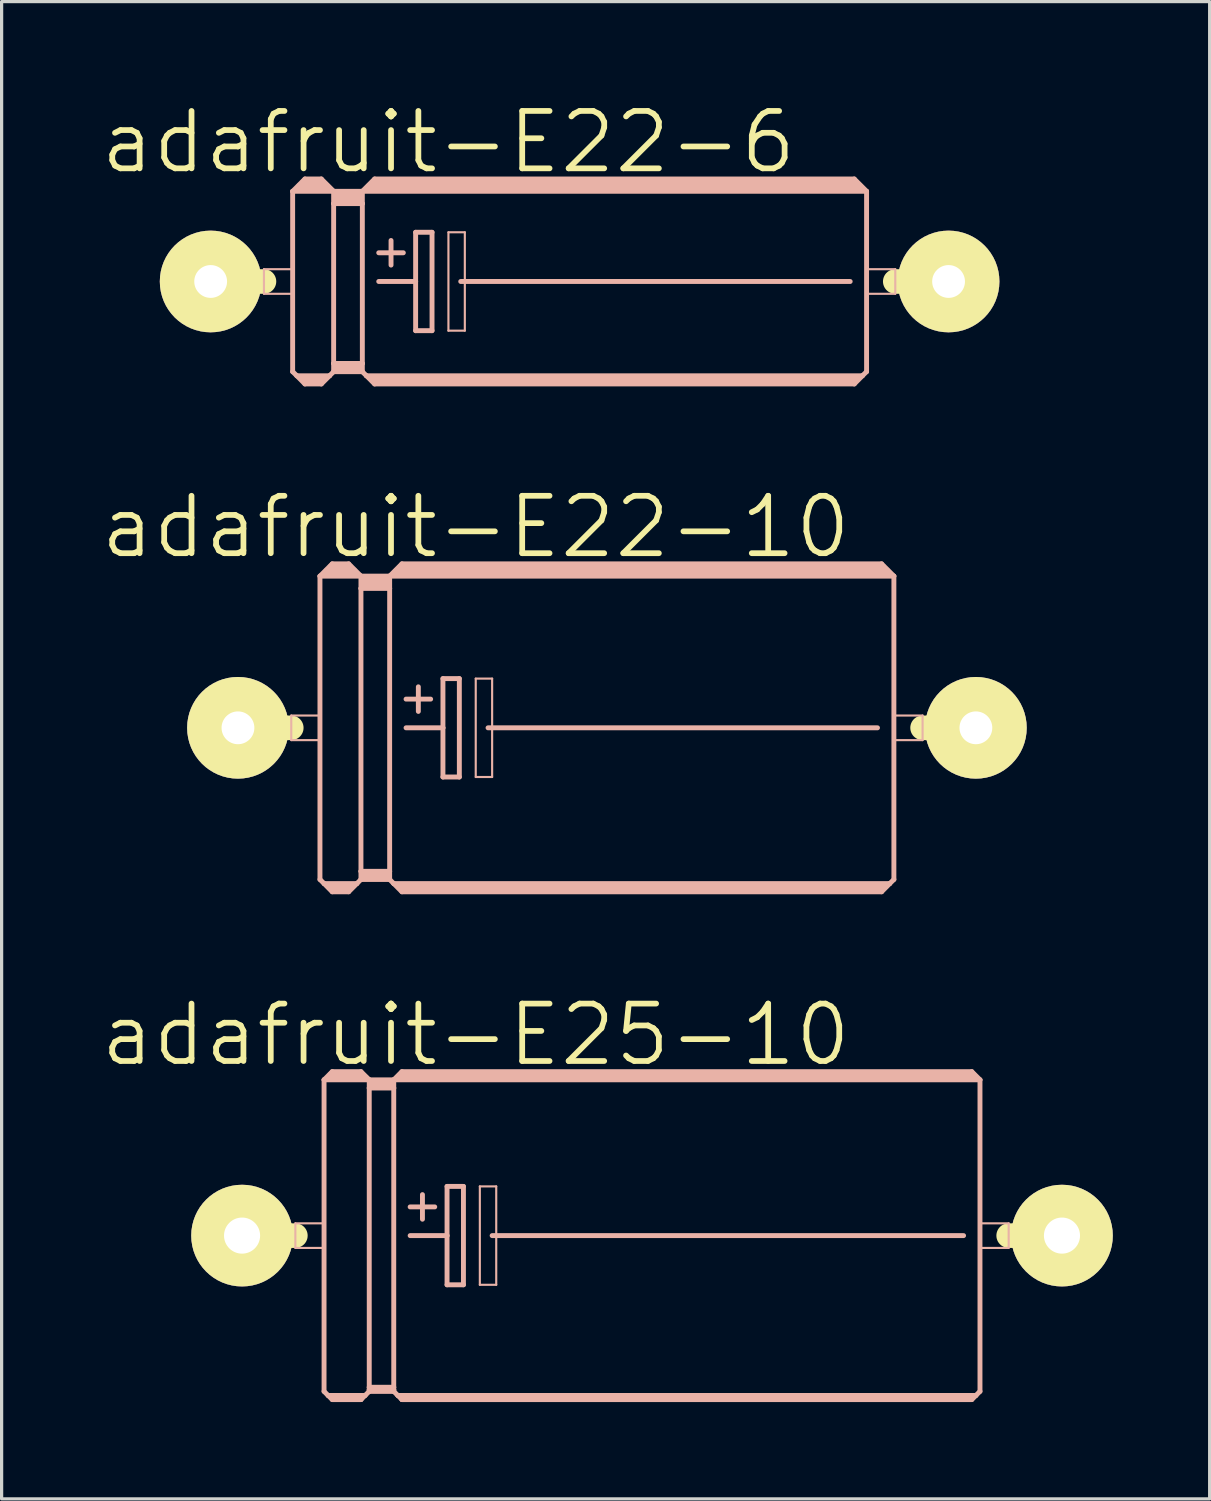
<source format=kicad_pcb>
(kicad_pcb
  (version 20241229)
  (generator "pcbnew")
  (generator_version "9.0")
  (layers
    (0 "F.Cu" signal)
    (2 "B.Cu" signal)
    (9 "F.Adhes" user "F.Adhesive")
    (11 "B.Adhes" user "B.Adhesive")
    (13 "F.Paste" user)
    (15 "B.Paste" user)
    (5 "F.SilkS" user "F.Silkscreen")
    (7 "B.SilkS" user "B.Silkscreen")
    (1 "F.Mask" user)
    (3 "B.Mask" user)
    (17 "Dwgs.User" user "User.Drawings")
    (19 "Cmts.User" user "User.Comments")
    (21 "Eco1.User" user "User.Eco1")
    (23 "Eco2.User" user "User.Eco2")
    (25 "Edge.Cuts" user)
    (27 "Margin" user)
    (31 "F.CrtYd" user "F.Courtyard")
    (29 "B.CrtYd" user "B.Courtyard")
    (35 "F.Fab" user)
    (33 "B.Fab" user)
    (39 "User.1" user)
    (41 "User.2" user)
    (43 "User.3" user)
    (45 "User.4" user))
  (footprint "adafruit-E22-6"
    (layer "F.Cu")
    (at 14.906 5.67)
    (property "Reference" "adafruit-E22-6" (at -4.064 -4.318 0) (layer "F.SilkS") (effects (font (size 1.778 1.778) (thickness 0.178))))
    (attr exclude_from_pos_files exclude_from_bom)
    (fp_line (start -11.43 0) (end -9.779 0) (stroke (width 0.762) (type solid)) (layer "F.SilkS"))
    (fp_line (start 11.43 0) (end 9.779 0) (stroke (width 0.762) (type solid)) (layer "F.SilkS"))
    (fp_line (start -9.779 -0.381) (end -8.89 -0.381) (stroke (width 0.066) (type solid)) (layer "B.SilkS"))
    (fp_line (start -9.779 0.381) (end -9.779 -0.381) (stroke (width 0.066) (type solid)) (layer "B.SilkS"))
    (fp_line (start -9.779 0.381) (end -8.89 0.381) (stroke (width 0.066) (type solid)) (layer "B.SilkS"))
    (fp_line (start -8.89 -2.794) (end -8.89 2.794) (stroke (width 0.152) (type solid)) (layer "B.SilkS"))
    (fp_line (start -8.89 -2.794) (end -8.509 -3.175) (stroke (width 0.152) (type solid)) (layer "B.SilkS"))
    (fp_line (start -8.89 -2.794) (end -7.62 -2.794) (stroke (width 0.152) (type solid)) (layer "B.SilkS"))
    (fp_line (start -8.89 0.381) (end -8.89 -0.381) (stroke (width 0.066) (type solid)) (layer "B.SilkS"))
    (fp_line (start -8.89 2.794) (end -8.76 2.921) (stroke (width 0.152) (type solid)) (layer "B.SilkS"))
    (fp_line (start -8.76 2.921) (end -8.509 3.175) (stroke (width 0.152) (type solid)) (layer "B.SilkS"))
    (fp_line (start -8.76 2.921) (end -7.747 2.921) (stroke (width 0.152) (type solid)) (layer "B.SilkS"))
    (fp_line (start -8.636 -2.921) (end -7.874 -2.921) (stroke (width 0.305) (type solid)) (layer "B.SilkS"))
    (fp_line (start -8.509 -3.175) (end -8.001 -3.175) (stroke (width 0.152) (type solid)) (layer "B.SilkS"))
    (fp_line (start -8.509 -3.048) (end -8.001 -3.048) (stroke (width 0.305) (type solid)) (layer "B.SilkS"))
    (fp_line (start -8.509 3.048) (end -8.001 3.048) (stroke (width 0.254) (type solid)) (layer "B.SilkS"))
    (fp_line (start -8.509 3.175) (end -8.001 3.175) (stroke (width 0.152) (type solid)) (layer "B.SilkS"))
    (fp_line (start -7.747 2.921) (end -8.001 3.175) (stroke (width 0.152) (type solid)) (layer "B.SilkS"))
    (fp_line (start -7.62 -2.794) (end -8.001 -3.175) (stroke (width 0.152) (type solid)) (layer "B.SilkS"))
    (fp_line (start -7.62 -2.794) (end -7.62 -2.413) (stroke (width 0.152) (type solid)) (layer "B.SilkS"))
    (fp_line (start -7.62 -2.794) (end -6.731 -2.794) (stroke (width 0.152) (type solid)) (layer "B.SilkS"))
    (fp_line (start -7.62 -2.413) (end -6.731 -2.413) (stroke (width 0.152) (type solid)) (layer "B.SilkS"))
    (fp_line (start -7.62 2.54) (end -7.62 -2.413) (stroke (width 0.152) (type solid)) (layer "B.SilkS"))
    (fp_line (start -7.62 2.54) (end -6.731 2.54) (stroke (width 0.152) (type solid)) (layer "B.SilkS"))
    (fp_line (start -7.62 2.794) (end -7.747 2.921) (stroke (width 0.152) (type solid)) (layer "B.SilkS"))
    (fp_line (start -7.62 2.794) (end -7.62 2.54) (stroke (width 0.152) (type solid)) (layer "B.SilkS"))
    (fp_line (start -7.62 2.794) (end -6.731 2.794) (stroke (width 0.152) (type solid)) (layer "B.SilkS"))
    (fp_line (start -7.493 -2.667) (end -6.858 -2.667) (stroke (width 0.305) (type solid)) (layer "B.SilkS"))
    (fp_line (start -7.493 -2.54) (end -6.858 -2.54) (stroke (width 0.305) (type solid)) (layer "B.SilkS"))
    (fp_line (start -7.493 2.667) (end -6.858 2.667) (stroke (width 0.254) (type solid)) (layer "B.SilkS"))
    (fp_line (start -6.731 -2.794) (end -6.731 -2.413) (stroke (width 0.152) (type solid)) (layer "B.SilkS"))
    (fp_line (start -6.731 -2.794) (end 8.89 -2.794) (stroke (width 0.152) (type solid)) (layer "B.SilkS"))
    (fp_line (start -6.731 -2.413) (end -6.731 2.54) (stroke (width 0.152) (type solid)) (layer "B.SilkS"))
    (fp_line (start -6.731 2.54) (end -6.731 2.794) (stroke (width 0.152) (type solid)) (layer "B.SilkS"))
    (fp_line (start -6.604 2.921) (end -6.731 2.794) (stroke (width 0.152) (type solid)) (layer "B.SilkS"))
    (fp_line (start -6.604 2.921) (end 8.76 2.921) (stroke (width 0.152) (type solid)) (layer "B.SilkS"))
    (fp_line (start -6.477 -2.921) (end 8.636 -2.921) (stroke (width 0.305) (type solid)) (layer "B.SilkS"))
    (fp_line (start -6.35 -3.175) (end -6.731 -2.794) (stroke (width 0.152) (type solid)) (layer "B.SilkS"))
    (fp_line (start -6.35 -3.175) (end 8.509 -3.175) (stroke (width 0.152) (type solid)) (layer "B.SilkS"))
    (fp_line (start -6.35 -3.048) (end 8.509 -3.048) (stroke (width 0.305) (type solid)) (layer "B.SilkS"))
    (fp_line (start -6.35 3.048) (end 8.509 3.048) (stroke (width 0.254) (type solid)) (layer "B.SilkS"))
    (fp_line (start -6.35 3.175) (end -6.604 2.921) (stroke (width 0.152) (type solid)) (layer "B.SilkS"))
    (fp_line (start -6.35 3.175) (end 8.509 3.175) (stroke (width 0.152) (type solid)) (layer "B.SilkS"))
    (fp_line (start -6.223 -0.889) (end -5.461 -0.889) (stroke (width 0.152) (type solid)) (layer "B.SilkS"))
    (fp_line (start -6.223 0) (end -5.08 0) (stroke (width 0.152) (type solid)) (layer "B.SilkS"))
    (fp_line (start -5.842 -1.27) (end -5.842 -0.508) (stroke (width 0.152) (type solid)) (layer "B.SilkS"))
    (fp_line (start -5.08 -1.524) (end -5.08 0) (stroke (width 0.152) (type solid)) (layer "B.SilkS"))
    (fp_line (start -5.08 0) (end -5.08 1.524) (stroke (width 0.152) (type solid)) (layer "B.SilkS"))
    (fp_line (start -5.08 1.524) (end -4.572 1.524) (stroke (width 0.152) (type solid)) (layer "B.SilkS"))
    (fp_line (start -4.572 -1.524) (end -5.08 -1.524) (stroke (width 0.152) (type solid)) (layer "B.SilkS"))
    (fp_line (start -4.572 1.524) (end -4.572 -1.524) (stroke (width 0.152) (type solid)) (layer "B.SilkS"))
    (fp_line (start -4.064 -1.524) (end -3.556 -1.524) (stroke (width 0.066) (type solid)) (layer "B.SilkS"))
    (fp_line (start -4.064 1.524) (end -4.064 -1.524) (stroke (width 0.066) (type solid)) (layer "B.SilkS"))
    (fp_line (start -4.064 1.524) (end -3.556 1.524) (stroke (width 0.066) (type solid)) (layer "B.SilkS"))
    (fp_line (start -3.683 0) (end 8.382 0) (stroke (width 0.152) (type solid)) (layer "B.SilkS"))
    (fp_line (start -3.556 1.524) (end -3.556 -1.524) (stroke (width 0.066) (type solid)) (layer "B.SilkS"))
    (fp_line (start 8.509 -3.175) (end 8.89 -2.794) (stroke (width 0.152) (type solid)) (layer "B.SilkS"))
    (fp_line (start 8.509 3.175) (end 8.76 2.921) (stroke (width 0.152) (type solid)) (layer "B.SilkS"))
    (fp_line (start 8.76 2.921) (end 8.89 2.794) (stroke (width 0.152) (type solid)) (layer "B.SilkS"))
    (fp_line (start 8.89 -2.794) (end 8.89 2.794) (stroke (width 0.152) (type solid)) (layer "B.SilkS"))
    (fp_line (start 8.89 -0.381) (end 9.779 -0.381) (stroke (width 0.066) (type solid)) (layer "B.SilkS"))
    (fp_line (start 8.89 0.381) (end 8.89 -0.381) (stroke (width 0.066) (type solid)) (layer "B.SilkS"))
    (fp_line (start 8.89 0.381) (end 9.779 0.381) (stroke (width 0.066) (type solid)) (layer "B.SilkS"))
    (fp_line (start 9.779 0.381) (end 9.779 -0.381) (stroke (width 0.066) (type solid)) (layer "B.SilkS"))
    (pad "+" thru_hole circle (at -11.43 0) (size 3.15 3.15) (drill 1.016) (layers "*.Cu" "F.Mask" "F.SilkS" "F.Paste"))
    (pad "-" thru_hole circle (at 11.43 0) (size 3.15 3.15) (drill 1.016) (layers "*.Cu" "F.Mask" "F.SilkS" "F.Paste")))
  (footprint "adafruit-E25-10"
    (layer "F.Cu")
    (at 17.149 35.228)
    (property "Reference" "adafruit-E25-10" (at -5.461 -6.223 0) (layer "F.SilkS") (effects (font (size 1.778 1.778) (thickness 0.178))))
    (attr exclude_from_pos_files exclude_from_bom)
    (fp_line (start -12.7 0) (end -11.049 0) (stroke (width 0.762) (type solid)) (layer "F.SilkS"))
    (fp_line (start 12.7 0) (end 11.049 0) (stroke (width 0.762) (type solid)) (layer "F.SilkS"))
    (fp_line (start -11.049 -0.381) (end -10.16 -0.381) (stroke (width 0.066) (type solid)) (layer "B.SilkS"))
    (fp_line (start -11.049 0.381) (end -11.049 -0.381) (stroke (width 0.066) (type solid)) (layer "B.SilkS"))
    (fp_line (start -11.049 0.381) (end -10.16 0.381) (stroke (width 0.066) (type solid)) (layer "B.SilkS"))
    (fp_line (start -10.16 -4.826) (end -10.16 4.826) (stroke (width 0.152) (type solid)) (layer "B.SilkS"))
    (fp_line (start -10.16 -4.826) (end -9.906 -5.08) (stroke (width 0.152) (type solid)) (layer "B.SilkS"))
    (fp_line (start -10.16 -4.826) (end -8.76 -4.826) (stroke (width 0.152) (type solid)) (layer "B.SilkS"))
    (fp_line (start -10.16 0.381) (end -10.16 -0.381) (stroke (width 0.066) (type solid)) (layer "B.SilkS"))
    (fp_line (start -10.16 4.826) (end -10.033 4.953) (stroke (width 0.152) (type solid)) (layer "B.SilkS"))
    (fp_line (start -10.033 4.953) (end -9.906 5.08) (stroke (width 0.152) (type solid)) (layer "B.SilkS"))
    (fp_line (start -10.033 4.953) (end -8.89 4.953) (stroke (width 0.152) (type solid)) (layer "B.SilkS"))
    (fp_line (start -9.906 -5.08) (end -9.017 -5.08) (stroke (width 0.152) (type solid)) (layer "B.SilkS"))
    (fp_line (start -9.906 -4.953) (end -9.017 -4.953) (stroke (width 0.305) (type solid)) (layer "B.SilkS"))
    (fp_line (start -9.906 5.029) (end -9.017 5.029) (stroke (width 0.152) (type solid)) (layer "B.SilkS"))
    (fp_line (start -9.906 5.08) (end -9.017 5.08) (stroke (width 0.152) (type solid)) (layer "B.SilkS"))
    (fp_line (start -9.017 -5.08) (end -8.76 -4.826) (stroke (width 0.152) (type solid)) (layer "B.SilkS"))
    (fp_line (start -9.017 5.029) (end -9.017 5.08) (stroke (width 0.152) (type solid)) (layer "B.SilkS"))
    (fp_line (start -9.017 5.08) (end -8.89 4.953) (stroke (width 0.152) (type solid)) (layer "B.SilkS"))
    (fp_line (start -8.89 4.953) (end -8.76 4.826) (stroke (width 0.152) (type solid)) (layer "B.SilkS"))
    (fp_line (start -8.76 -4.826) (end -8.76 -4.572) (stroke (width 0.152) (type solid)) (layer "B.SilkS"))
    (fp_line (start -8.76 -4.572) (end -8.001 -4.572) (stroke (width 0.152) (type solid)) (layer "B.SilkS"))
    (fp_line (start -8.76 4.699) (end -8.76 -4.572) (stroke (width 0.152) (type solid)) (layer "B.SilkS"))
    (fp_line (start -8.76 4.699) (end -8.001 4.699) (stroke (width 0.152) (type solid)) (layer "B.SilkS"))
    (fp_line (start -8.76 4.775) (end -8.76 4.699) (stroke (width 0.152) (type solid)) (layer "B.SilkS"))
    (fp_line (start -8.76 4.775) (end -8.001 4.775) (stroke (width 0.152) (type solid)) (layer "B.SilkS"))
    (fp_line (start -8.76 4.826) (end -8.76 4.775) (stroke (width 0.152) (type solid)) (layer "B.SilkS"))
    (fp_line (start -8.636 -4.699) (end -8.128 -4.699) (stroke (width 0.305) (type solid)) (layer "B.SilkS"))
    (fp_line (start -8.001 -4.826) (end -8.76 -4.826) (stroke (width 0.152) (type solid)) (layer "B.SilkS"))
    (fp_line (start -8.001 -4.826) (end -8.001 -4.572) (stroke (width 0.152) (type solid)) (layer "B.SilkS"))
    (fp_line (start -8.001 -4.826) (end 10.16 -4.826) (stroke (width 0.152) (type solid)) (layer "B.SilkS"))
    (fp_line (start -8.001 4.699) (end -8.001 -4.572) (stroke (width 0.152) (type solid)) (layer "B.SilkS"))
    (fp_line (start -8.001 4.775) (end -8.001 4.699) (stroke (width 0.152) (type solid)) (layer "B.SilkS"))
    (fp_line (start -8.001 4.826) (end -8.76 4.826) (stroke (width 0.152) (type solid)) (layer "B.SilkS"))
    (fp_line (start -8.001 4.826) (end -8.001 4.775) (stroke (width 0.152) (type solid)) (layer "B.SilkS"))
    (fp_line (start -7.874 4.953) (end -8.001 4.826) (stroke (width 0.152) (type solid)) (layer "B.SilkS"))
    (fp_line (start -7.874 4.953) (end 10.033 4.953) (stroke (width 0.152) (type solid)) (layer "B.SilkS"))
    (fp_line (start -7.747 -5.08) (end -8.001 -4.826) (stroke (width 0.152) (type solid)) (layer "B.SilkS"))
    (fp_line (start -7.747 -5.08) (end 9.906 -5.08) (stroke (width 0.152) (type solid)) (layer "B.SilkS"))
    (fp_line (start -7.747 -4.953) (end 9.906 -4.953) (stroke (width 0.305) (type solid)) (layer "B.SilkS"))
    (fp_line (start -7.747 5.029) (end 9.906 5.029) (stroke (width 0.152) (type solid)) (layer "B.SilkS"))
    (fp_line (start -7.747 5.08) (end -7.874 4.953) (stroke (width 0.152) (type solid)) (layer "B.SilkS"))
    (fp_line (start -7.747 5.08) (end -7.747 5.029) (stroke (width 0.152) (type solid)) (layer "B.SilkS"))
    (fp_line (start -7.747 5.08) (end 9.906 5.08) (stroke (width 0.152) (type solid)) (layer "B.SilkS"))
    (fp_line (start -7.493 -0.889) (end -6.731 -0.889) (stroke (width 0.152) (type solid)) (layer "B.SilkS"))
    (fp_line (start -7.493 0) (end -6.35 0) (stroke (width 0.152) (type solid)) (layer "B.SilkS"))
    (fp_line (start -7.112 -1.27) (end -7.112 -0.508) (stroke (width 0.152) (type solid)) (layer "B.SilkS"))
    (fp_line (start -6.35 -1.524) (end -6.35 0) (stroke (width 0.152) (type solid)) (layer "B.SilkS"))
    (fp_line (start -6.35 0) (end -6.35 1.524) (stroke (width 0.152) (type solid)) (layer "B.SilkS"))
    (fp_line (start -6.35 1.524) (end -5.842 1.524) (stroke (width 0.152) (type solid)) (layer "B.SilkS"))
    (fp_line (start -5.842 -1.524) (end -6.35 -1.524) (stroke (width 0.152) (type solid)) (layer "B.SilkS"))
    (fp_line (start -5.842 1.524) (end -5.842 -1.524) (stroke (width 0.152) (type solid)) (layer "B.SilkS"))
    (fp_line (start -5.334 -1.524) (end -4.826 -1.524) (stroke (width 0.066) (type solid)) (layer "B.SilkS"))
    (fp_line (start -5.334 1.524) (end -5.334 -1.524) (stroke (width 0.066) (type solid)) (layer "B.SilkS"))
    (fp_line (start -5.334 1.524) (end -4.826 1.524) (stroke (width 0.066) (type solid)) (layer "B.SilkS"))
    (fp_line (start -4.953 0) (end 9.652 0) (stroke (width 0.152) (type solid)) (layer "B.SilkS"))
    (fp_line (start -4.826 1.524) (end -4.826 -1.524) (stroke (width 0.066) (type solid)) (layer "B.SilkS"))
    (fp_line (start 9.906 -5.08) (end 10.16 -4.826) (stroke (width 0.152) (type solid)) (layer "B.SilkS"))
    (fp_line (start 9.906 5.08) (end 10.033 4.953) (stroke (width 0.152) (type solid)) (layer "B.SilkS"))
    (fp_line (start 10.033 4.953) (end 10.16 4.826) (stroke (width 0.152) (type solid)) (layer "B.SilkS"))
    (fp_line (start 10.16 -0.381) (end 11.049 -0.381) (stroke (width 0.066) (type solid)) (layer "B.SilkS"))
    (fp_line (start 10.16 0.381) (end 10.16 -0.381) (stroke (width 0.066) (type solid)) (layer "B.SilkS"))
    (fp_line (start 10.16 0.381) (end 11.049 0.381) (stroke (width 0.066) (type solid)) (layer "B.SilkS"))
    (fp_line (start 10.16 4.826) (end 10.16 -4.826) (stroke (width 0.152) (type solid)) (layer "B.SilkS"))
    (fp_line (start 11.049 0.381) (end 11.049 -0.381) (stroke (width 0.066) (type solid)) (layer "B.SilkS"))
    (pad "+" thru_hole circle (at -12.7 0) (size 3.15 3.15) (drill 1.118) (layers "*.Cu" "F.Mask" "F.SilkS" "F.Paste"))
    (pad "-" thru_hole circle (at 12.7 0) (size 3.15 3.15) (drill 1.118) (layers "*.Cu" "F.Mask" "F.SilkS" "F.Paste")))
  (footprint "adafruit-E22-10"
    (layer "F.Cu")
    (at 15.752 19.497)
    (property "Reference" "adafruit-E22-10" (at -4.064 -6.223 0) (layer "F.SilkS") (effects (font (size 1.778 1.778) (thickness 0.178))))
    (attr exclude_from_pos_files exclude_from_bom)
    (fp_line (start -11.43 0) (end -9.779 0) (stroke (width 0.762) (type solid)) (layer "F.SilkS"))
    (fp_line (start 11.43 0) (end 9.779 0) (stroke (width 0.762) (type solid)) (layer "F.SilkS"))
    (fp_line (start -9.779 -0.381) (end -8.89 -0.381) (stroke (width 0.066) (type solid)) (layer "B.SilkS"))
    (fp_line (start -9.779 0.381) (end -9.779 -0.381) (stroke (width 0.066) (type solid)) (layer "B.SilkS"))
    (fp_line (start -9.779 0.381) (end -8.89 0.381) (stroke (width 0.066) (type solid)) (layer "B.SilkS"))
    (fp_line (start -8.89 -4.699) (end -8.89 4.699) (stroke (width 0.152) (type solid)) (layer "B.SilkS"))
    (fp_line (start -8.89 -4.699) (end -8.509 -5.08) (stroke (width 0.152) (type solid)) (layer "B.SilkS"))
    (fp_line (start -8.89 -4.699) (end -7.62 -4.699) (stroke (width 0.152) (type solid)) (layer "B.SilkS"))
    (fp_line (start -8.89 0.381) (end -8.89 -0.381) (stroke (width 0.066) (type solid)) (layer "B.SilkS"))
    (fp_line (start -8.89 4.699) (end -8.76 4.826) (stroke (width 0.152) (type solid)) (layer "B.SilkS"))
    (fp_line (start -8.76 4.826) (end -8.509 5.08) (stroke (width 0.152) (type solid)) (layer "B.SilkS"))
    (fp_line (start -8.76 4.826) (end -7.747 4.826) (stroke (width 0.152) (type solid)) (layer "B.SilkS"))
    (fp_line (start -8.636 -4.826) (end -7.874 -4.826) (stroke (width 0.305) (type solid)) (layer "B.SilkS"))
    (fp_line (start -8.509 -5.08) (end -8.001 -5.08) (stroke (width 0.152) (type solid)) (layer "B.SilkS"))
    (fp_line (start -8.509 -4.953) (end -8.001 -4.953) (stroke (width 0.305) (type solid)) (layer "B.SilkS"))
    (fp_line (start -8.509 4.953) (end -8.001 4.953) (stroke (width 0.254) (type solid)) (layer "B.SilkS"))
    (fp_line (start -8.509 5.08) (end -8.001 5.08) (stroke (width 0.152) (type solid)) (layer "B.SilkS"))
    (fp_line (start -7.747 4.826) (end -8.001 5.08) (stroke (width 0.152) (type solid)) (layer "B.SilkS"))
    (fp_line (start -7.62 -4.699) (end -8.001 -5.08) (stroke (width 0.152) (type solid)) (layer "B.SilkS"))
    (fp_line (start -7.62 -4.699) (end -7.62 -4.318) (stroke (width 0.152) (type solid)) (layer "B.SilkS"))
    (fp_line (start -7.62 -4.699) (end -6.731 -4.699) (stroke (width 0.152) (type solid)) (layer "B.SilkS"))
    (fp_line (start -7.62 -4.318) (end -6.731 -4.318) (stroke (width 0.152) (type solid)) (layer "B.SilkS"))
    (fp_line (start -7.62 4.445) (end -7.62 -4.318) (stroke (width 0.152) (type solid)) (layer "B.SilkS"))
    (fp_line (start -7.62 4.445) (end -6.731 4.445) (stroke (width 0.152) (type solid)) (layer "B.SilkS"))
    (fp_line (start -7.62 4.699) (end -7.747 4.826) (stroke (width 0.152) (type solid)) (layer "B.SilkS"))
    (fp_line (start -7.62 4.699) (end -7.62 4.445) (stroke (width 0.152) (type solid)) (layer "B.SilkS"))
    (fp_line (start -7.62 4.699) (end -6.731 4.699) (stroke (width 0.152) (type solid)) (layer "B.SilkS"))
    (fp_line (start -7.493 -4.572) (end -6.858 -4.572) (stroke (width 0.305) (type solid)) (layer "B.SilkS"))
    (fp_line (start -7.493 -4.445) (end -6.858 -4.445) (stroke (width 0.305) (type solid)) (layer "B.SilkS"))
    (fp_line (start -7.493 4.572) (end -6.858 4.572) (stroke (width 0.254) (type solid)) (layer "B.SilkS"))
    (fp_line (start -6.731 -4.699) (end -6.731 -4.318) (stroke (width 0.152) (type solid)) (layer "B.SilkS"))
    (fp_line (start -6.731 -4.699) (end 8.89 -4.699) (stroke (width 0.152) (type solid)) (layer "B.SilkS"))
    (fp_line (start -6.731 -4.318) (end -6.731 4.445) (stroke (width 0.152) (type solid)) (layer "B.SilkS"))
    (fp_line (start -6.731 4.445) (end -6.731 4.699) (stroke (width 0.152) (type solid)) (layer "B.SilkS"))
    (fp_line (start -6.604 4.826) (end -6.731 4.699) (stroke (width 0.152) (type solid)) (layer "B.SilkS"))
    (fp_line (start -6.604 4.826) (end 8.76 4.826) (stroke (width 0.152) (type solid)) (layer "B.SilkS"))
    (fp_line (start -6.477 -4.826) (end 8.636 -4.826) (stroke (width 0.305) (type solid)) (layer "B.SilkS"))
    (fp_line (start -6.35 -5.08) (end -6.731 -4.699) (stroke (width 0.152) (type solid)) (layer "B.SilkS"))
    (fp_line (start -6.35 -5.08) (end 8.509 -5.08) (stroke (width 0.152) (type solid)) (layer "B.SilkS"))
    (fp_line (start -6.35 -4.953) (end 8.509 -4.953) (stroke (width 0.305) (type solid)) (layer "B.SilkS"))
    (fp_line (start -6.35 4.953) (end 8.509 4.953) (stroke (width 0.254) (type solid)) (layer "B.SilkS"))
    (fp_line (start -6.35 5.08) (end -6.604 4.826) (stroke (width 0.152) (type solid)) (layer "B.SilkS"))
    (fp_line (start -6.35 5.08) (end 8.509 5.08) (stroke (width 0.152) (type solid)) (layer "B.SilkS"))
    (fp_line (start -6.223 -0.889) (end -5.461 -0.889) (stroke (width 0.152) (type solid)) (layer "B.SilkS"))
    (fp_line (start -6.223 0) (end -5.08 0) (stroke (width 0.152) (type solid)) (layer "B.SilkS"))
    (fp_line (start -5.842 -1.27) (end -5.842 -0.508) (stroke (width 0.152) (type solid)) (layer "B.SilkS"))
    (fp_line (start -5.08 -1.524) (end -5.08 0) (stroke (width 0.152) (type solid)) (layer "B.SilkS"))
    (fp_line (start -5.08 0) (end -5.08 1.524) (stroke (width 0.152) (type solid)) (layer "B.SilkS"))
    (fp_line (start -5.08 1.524) (end -4.572 1.524) (stroke (width 0.152) (type solid)) (layer "B.SilkS"))
    (fp_line (start -4.572 -1.524) (end -5.08 -1.524) (stroke (width 0.152) (type solid)) (layer "B.SilkS"))
    (fp_line (start -4.572 1.524) (end -4.572 -1.524) (stroke (width 0.152) (type solid)) (layer "B.SilkS"))
    (fp_line (start -4.064 -1.524) (end -3.556 -1.524) (stroke (width 0.066) (type solid)) (layer "B.SilkS"))
    (fp_line (start -4.064 1.524) (end -4.064 -1.524) (stroke (width 0.066) (type solid)) (layer "B.SilkS"))
    (fp_line (start -4.064 1.524) (end -3.556 1.524) (stroke (width 0.066) (type solid)) (layer "B.SilkS"))
    (fp_line (start -3.683 0) (end 8.382 0) (stroke (width 0.152) (type solid)) (layer "B.SilkS"))
    (fp_line (start -3.556 1.524) (end -3.556 -1.524) (stroke (width 0.066) (type solid)) (layer "B.SilkS"))
    (fp_line (start 8.509 -5.08) (end 8.89 -4.699) (stroke (width 0.152) (type solid)) (layer "B.SilkS"))
    (fp_line (start 8.509 5.08) (end 8.76 4.826) (stroke (width 0.152) (type solid)) (layer "B.SilkS"))
    (fp_line (start 8.76 4.826) (end 8.89 4.699) (stroke (width 0.152) (type solid)) (layer "B.SilkS"))
    (fp_line (start 8.89 -4.699) (end 8.89 4.699) (stroke (width 0.152) (type solid)) (layer "B.SilkS"))
    (fp_line (start 8.89 -0.381) (end 9.779 -0.381) (stroke (width 0.066) (type solid)) (layer "B.SilkS"))
    (fp_line (start 8.89 0.381) (end 8.89 -0.381) (stroke (width 0.066) (type solid)) (layer "B.SilkS"))
    (fp_line (start 8.89 0.381) (end 9.779 0.381) (stroke (width 0.066) (type solid)) (layer "B.SilkS"))
    (fp_line (start 9.779 0.381) (end 9.779 -0.381) (stroke (width 0.066) (type solid)) (layer "B.SilkS"))
    (pad "+" thru_hole circle (at -11.43 0) (size 3.15 3.15) (drill 1.016) (layers "*.Cu" "F.Mask" "F.SilkS" "F.Paste"))
    (pad "-" thru_hole circle (at 11.43 0) (size 3.15 3.15) (drill 1.016) (layers "*.Cu" "F.Mask" "F.SilkS" "F.Paste")))
  (gr_rect
    (start -3 -3)
    (end 34.424 43.384)
    (stroke (width 0.1) (type default))
    (fill no)
    (layer "Edge.Cuts")))
</source>
